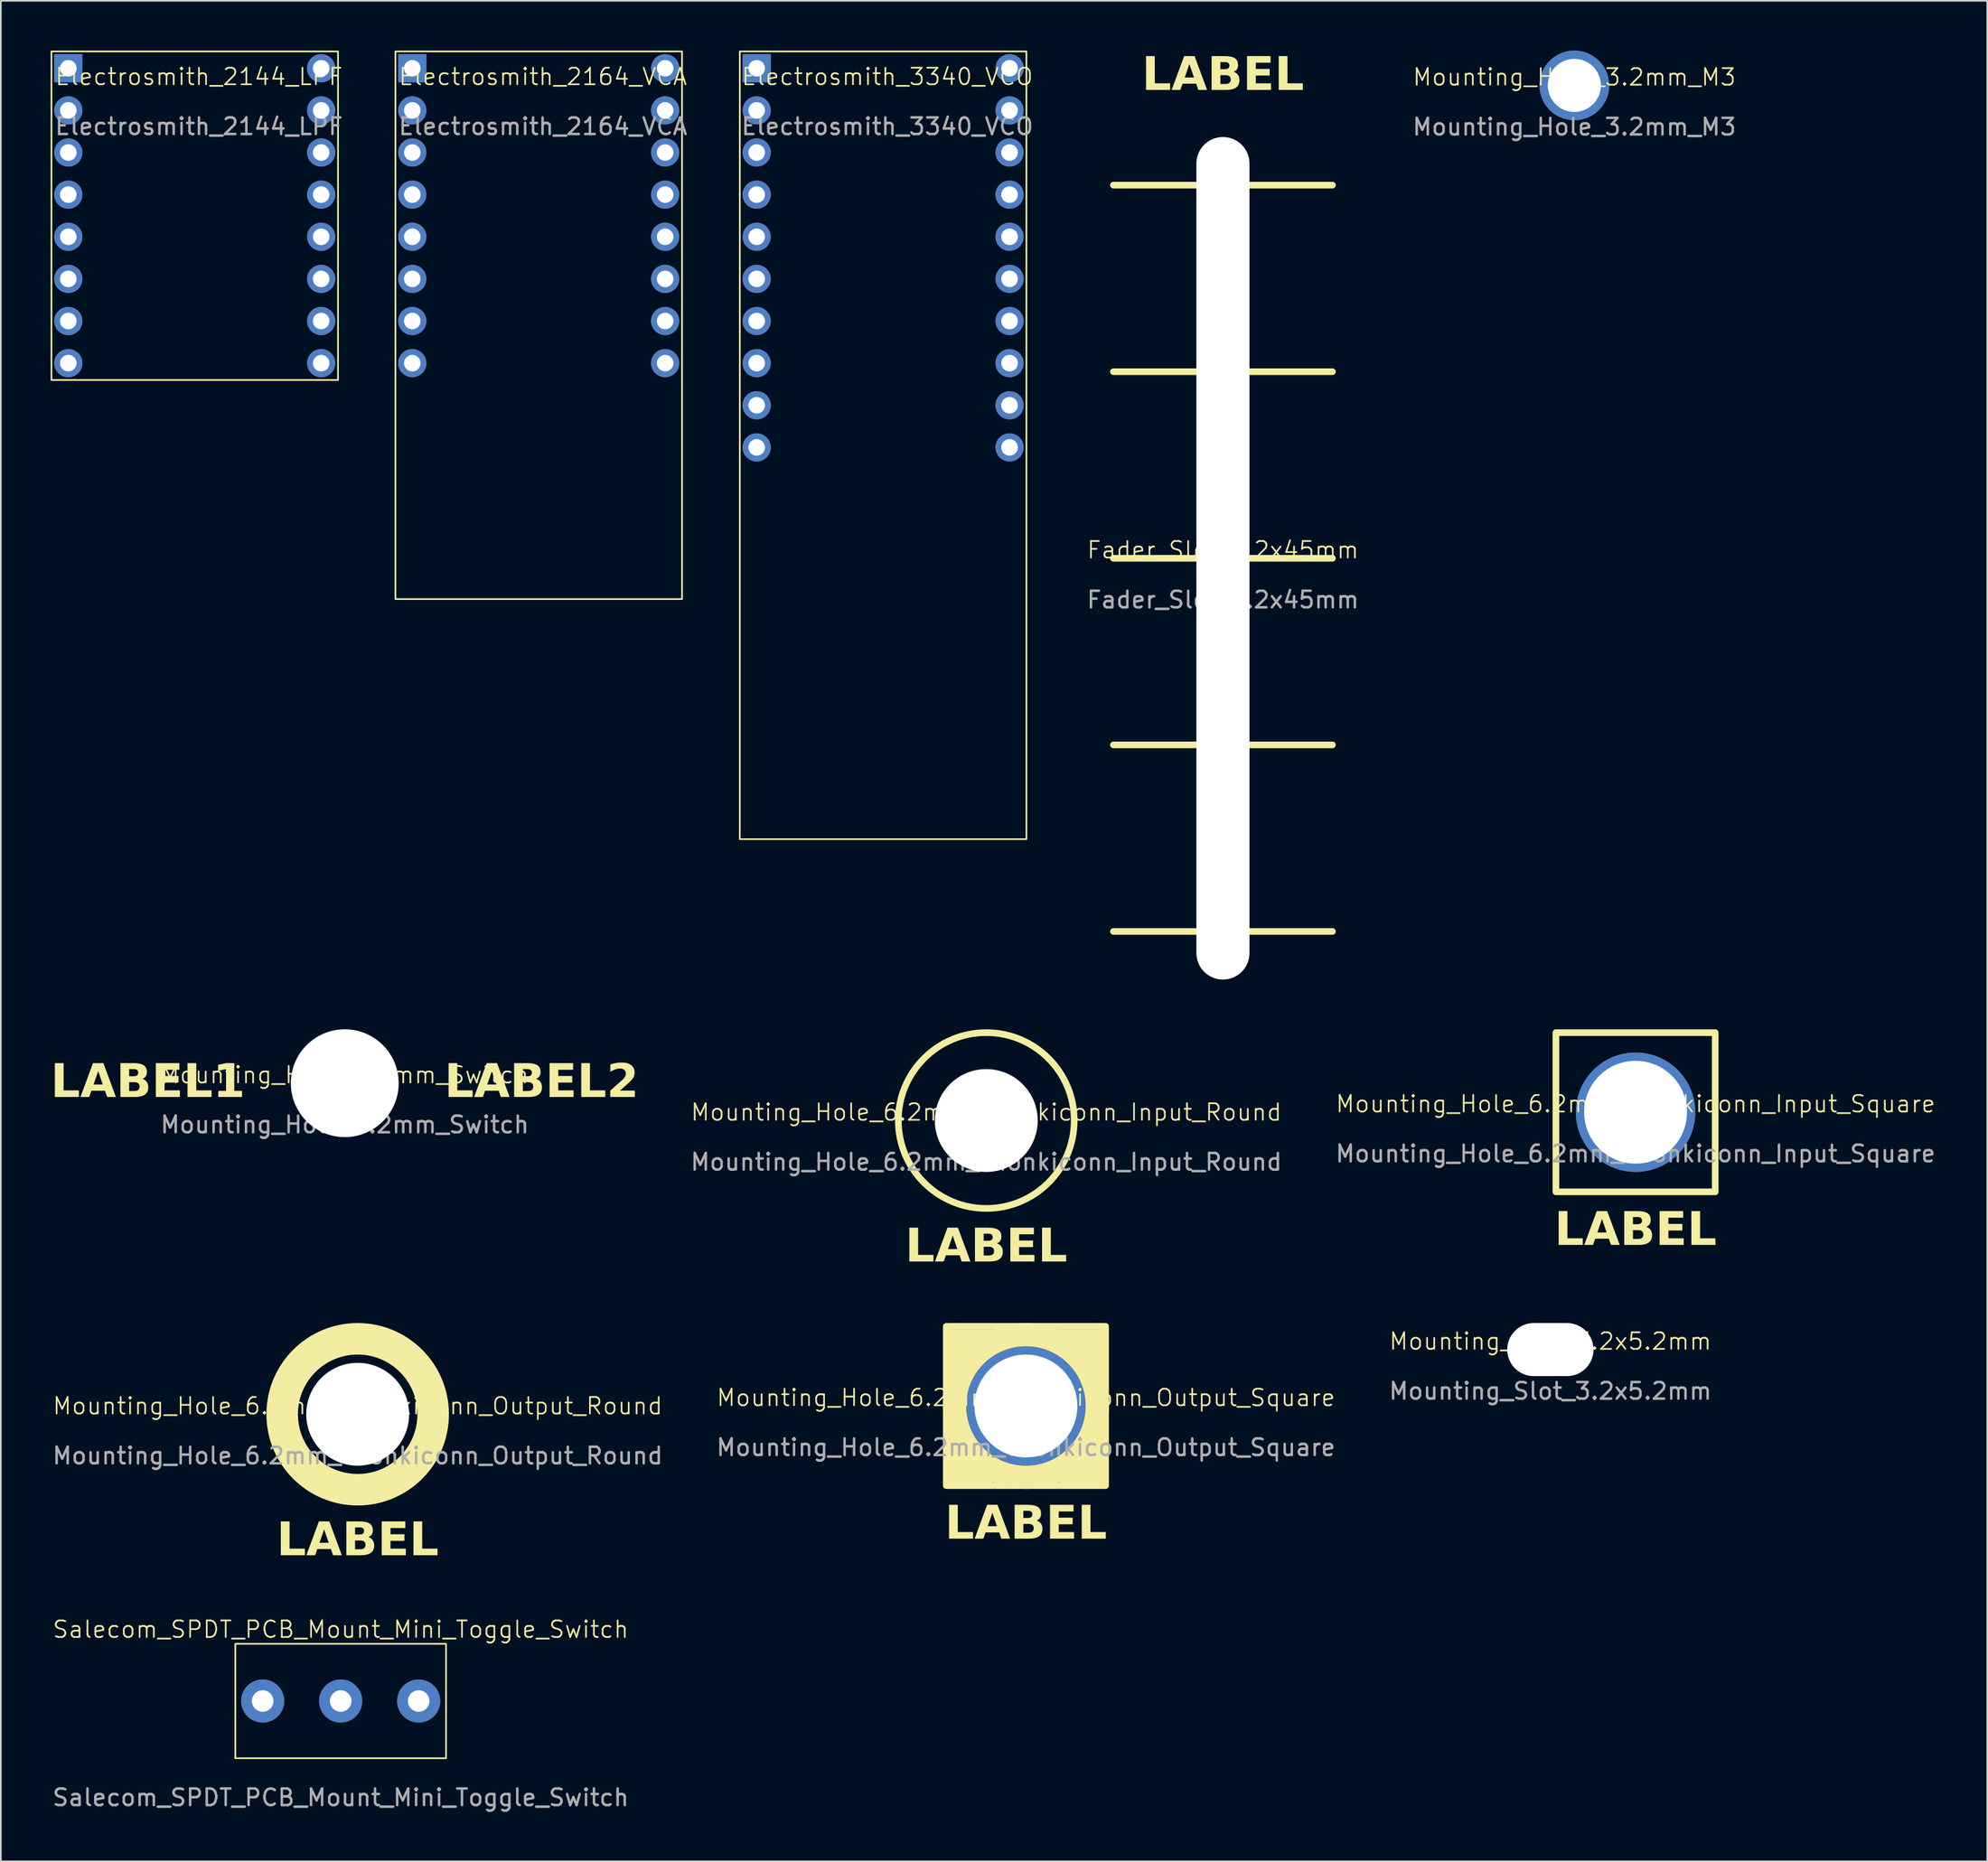
<source format=kicad_pcb>
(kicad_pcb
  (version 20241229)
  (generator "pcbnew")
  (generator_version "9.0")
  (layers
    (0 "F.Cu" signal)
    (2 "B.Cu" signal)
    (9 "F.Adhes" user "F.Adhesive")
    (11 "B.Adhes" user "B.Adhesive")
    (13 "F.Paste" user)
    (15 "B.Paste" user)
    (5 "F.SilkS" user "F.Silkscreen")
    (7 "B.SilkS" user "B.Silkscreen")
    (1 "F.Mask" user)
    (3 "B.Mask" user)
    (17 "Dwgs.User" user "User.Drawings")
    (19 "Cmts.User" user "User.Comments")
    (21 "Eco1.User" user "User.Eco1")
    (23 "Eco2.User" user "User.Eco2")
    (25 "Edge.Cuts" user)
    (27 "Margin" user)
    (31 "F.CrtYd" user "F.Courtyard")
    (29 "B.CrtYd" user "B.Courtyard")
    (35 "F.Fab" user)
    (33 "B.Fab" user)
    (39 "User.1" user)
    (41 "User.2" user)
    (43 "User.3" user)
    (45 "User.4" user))
  (footprint "Mounting_Slot_3.2x5.2mm"
    (layer "F.Cu")
    (at 90.387 78.323)
    (property "Reference" "Mounting_Slot_3.2x5.2mm" (at 0 -0.5 0) (unlocked yes) (layer "F.SilkS") (effects (font (size 1 1) (thickness 0.1))))
    (attr through_hole)
    (fp_text user "${REFERENCE}" (at 0 2.5 0) (unlocked yes) (layer "F.Fab") (effects (font (size 1 1) (thickness 0.15))))
    (pad "" np_thru_hole oval (at 0 0) (size 5.2 3.2) (drill oval 5.2 3.2) (layers "*.Cu" "*.Mask")))
  (footprint "Electrosmith_3340_VCO"
    (layer "F.Cu")
    (at 42.553 1.066)
    (property "Reference" "Electrosmith_3340_VCO" (at 7.874 0.508 0) (unlocked yes) (layer "F.SilkS") (effects (font (size 1 1) (thickness 0.1))))
    (attr through_hole)
    (fp_rect (start -1.016 -1.016) (end 16.256 46.482) (stroke (width 0.1) (type default)) (fill no) (layer "F.SilkS"))
    (fp_text user "${REFERENCE}" (at 7.874 3.508 0) (unlocked yes) (layer "F.Fab") (effects (font (size 1 1) (thickness 0.15))))
    (pad "1" thru_hole rect (at 0 0) (size 1.7 1.7) (drill 1) (layers "*.Cu" "*.Mask"))
    (pad "2" thru_hole circle (at 0 2.54) (size 1.7 1.7) (drill 1) (layers "*.Cu" "*.Mask"))
    (pad "3" thru_hole circle (at 0 5.08) (size 1.7 1.7) (drill 1) (layers "*.Cu" "*.Mask"))
    (pad "4" thru_hole circle (at 0 7.62) (size 1.7 1.7) (drill 1) (layers "*.Cu" "*.Mask"))
    (pad "5" thru_hole circle (at 0 10.16) (size 1.7 1.7) (drill 1) (layers "*.Cu" "*.Mask"))
    (pad "6" thru_hole circle (at 0 12.7) (size 1.7 1.7) (drill 1) (layers "*.Cu" "*.Mask"))
    (pad "7" thru_hole circle (at 0 15.24) (size 1.7 1.7) (drill 1) (layers "*.Cu" "*.Mask"))
    (pad "8" thru_hole circle (at 0 17.78) (size 1.7 1.7) (drill 1) (layers "*.Cu" "*.Mask"))
    (pad "9" thru_hole circle (at 0 20.32) (size 1.7 1.7) (drill 1) (layers "*.Cu" "*.Mask"))
    (pad "10" thru_hole circle (at 0 22.86) (size 1.7 1.7) (drill 1) (layers "*.Cu" "*.Mask"))
    (pad "11" thru_hole circle (at 15.24 22.86) (size 1.7 1.7) (drill 1) (layers "*.Cu" "*.Mask"))
    (pad "12" thru_hole circle (at 15.24 20.32) (size 1.7 1.7) (drill 1) (layers "*.Cu" "*.Mask"))
    (pad "13" thru_hole circle (at 15.24 17.78) (size 1.7 1.7) (drill 1) (layers "*.Cu" "*.Mask"))
    (pad "14" thru_hole circle (at 15.24 15.24) (size 1.7 1.7) (drill 1) (layers "*.Cu" "*.Mask"))
    (pad "15" thru_hole circle (at 15.24 12.7) (size 1.7 1.7) (drill 1) (layers "*.Cu" "*.Mask"))
    (pad "16" thru_hole circle (at 15.24 10.16) (size 1.7 1.7) (drill 1) (layers "*.Cu" "*.Mask"))
    (pad "17" thru_hole circle (at 15.24 7.62) (size 1.7 1.7) (drill 1) (layers "*.Cu" "*.Mask"))
    (pad "18" thru_hole circle (at 15.24 5.08) (size 1.7 1.7) (drill 1) (layers "*.Cu" "*.Mask"))
    (pad "19" thru_hole circle (at 15.24 2.54) (size 1.7 1.7) (drill 1) (layers "*.Cu" "*.Mask"))
    (pad "20" thru_hole circle (at 15.24 0) (size 1.7 1.7) (drill 1) (layers "*.Cu" "*.Mask")))
  (footprint "Electrosmith_2164_VCA"
    (layer "F.Cu")
    (at 21.798 1.066)
    (property "Reference" "Electrosmith_2164_VCA" (at 7.874 0.508 0) (unlocked yes) (layer "F.SilkS") (effects (font (size 1 1) (thickness 0.1))))
    (attr through_hole)
    (fp_rect (start -1.016 -1.016) (end 16.256 32.004) (stroke (width 0.1) (type default)) (fill no) (layer "F.SilkS"))
    (fp_text user "${REFERENCE}" (at 7.874 3.508 0) (unlocked yes) (layer "F.Fab") (effects (font (size 1 1) (thickness 0.15))))
    (pad "1" thru_hole rect (at 0 0) (size 1.7 1.7) (drill 1) (layers "*.Cu" "*.Mask"))
    (pad "2" thru_hole circle (at 0 2.54) (size 1.7 1.7) (drill 1) (layers "*.Cu" "*.Mask"))
    (pad "3" thru_hole circle (at 0 5.08) (size 1.7 1.7) (drill 1) (layers "*.Cu" "*.Mask"))
    (pad "4" thru_hole circle (at 0 7.62) (size 1.7 1.7) (drill 1) (layers "*.Cu" "*.Mask"))
    (pad "5" thru_hole circle (at 0 10.16) (size 1.7 1.7) (drill 1) (layers "*.Cu" "*.Mask"))
    (pad "6" thru_hole circle (at 0 12.7) (size 1.7 1.7) (drill 1) (layers "*.Cu" "*.Mask"))
    (pad "7" thru_hole circle (at 0 15.24) (size 1.7 1.7) (drill 1) (layers "*.Cu" "*.Mask"))
    (pad "8" thru_hole circle (at 0 17.78) (size 1.7 1.7) (drill 1) (layers "*.Cu" "*.Mask"))
    (pad "9" thru_hole circle (at 15.24 17.78) (size 1.7 1.7) (drill 1) (layers "*.Cu" "*.Mask"))
    (pad "10" thru_hole circle (at 15.24 15.24) (size 1.7 1.7) (drill 1) (layers "*.Cu" "*.Mask"))
    (pad "11" thru_hole circle (at 15.24 12.7) (size 1.7 1.7) (drill 1) (layers "*.Cu" "*.Mask"))
    (pad "12" thru_hole circle (at 15.24 10.16) (size 1.7 1.7) (drill 1) (layers "*.Cu" "*.Mask"))
    (pad "13" thru_hole circle (at 15.24 7.62) (size 1.7 1.7) (drill 1) (layers "*.Cu" "*.Mask"))
    (pad "14" thru_hole circle (at 15.24 5.08) (size 1.7 1.7) (drill 1) (layers "*.Cu" "*.Mask"))
    (pad "15" thru_hole circle (at 15.24 2.54) (size 1.7 1.7) (drill 1) (layers "*.Cu" "*.Mask"))
    (pad "16" thru_hole circle (at 15.24 0) (size 1.7 1.7) (drill 1) (layers "*.Cu" "*.Mask")))
  (footprint "Mounting_Hole_6.2mm_Switch"
    (layer "F.Cu")
    (at 17.728 62.262)
    (property "Reference" "Mounting_Hole_6.2mm_Switch" (at 0 -0.5 0) (unlocked yes) (layer "F.SilkS") (effects (font (size 1 1) (thickness 0.1))))
    (attr through_hole)
    (fp_text user "LABEL2" (at 6 0 0) (unlocked yes) (layer "F.SilkS") (effects (font (face "Satoshi Black") (size 2 2) (thickness 0.1)) (justify left)))
    (fp_text user "LABEL1" (at -6 0 0) (unlocked yes) (layer "F.SilkS") (effects (font (face "Satoshi Black") (size 2 2) (thickness 0.1)) (justify right)))
    (fp_text user "${REFERENCE}" (at 0 2.5 0) (unlocked yes) (layer "F.Fab") (effects (font (size 1 1) (thickness 0.15))))
    (pad "" np_thru_hole circle (at 0 0) (size 6.5 6.5) (drill 6.5) (layers "*.Cu" "*.Mask")))
  (footprint "Mounting_Hole_6.2mm_Thonkiconn_Output_Round"
    (layer "F.Cu")
    (at 18.506 82.223)
    (property "Reference" "Mounting_Hole_6.2mm_Thonkiconn_Output_Round" (at 0 -0.5 0) (unlocked yes) (layer "F.SilkS") (effects (font (size 1 1) (thickness 0.1))))
    (attr through_hole)
    (fp_circle (center 0 0) (end 4.55 0) (stroke (width 1.9) (type default)) (fill no) (layer "F.SilkS"))
    (fp_text user "LABEL" (at 0 6.5 0) (unlocked yes) (layer "F.SilkS") (effects (font (face "Satoshi Black") (size 2 2) (thickness 0.1)) (justify top)))
    (fp_text user "${REFERENCE}" (at 0 2.5 0) (unlocked yes) (layer "F.Fab") (effects (font (size 1 1) (thickness 0.15))))
    (pad "" np_thru_hole circle (at 0 0) (size 6.2 6.2) (drill 6.2) (layers "*.Cu" "*.Mask")))
  (footprint "Mounting_Hole_3.2mm_M3"
    (layer "F.Cu")
    (at 91.832 2.1)
    (property "Reference" "Mounting_Hole_3.2mm_M3" (at 0 -0.5 0) (unlocked yes) (layer "F.SilkS") (effects (font (size 1 1) (thickness 0.1))))
    (attr through_hole)
    (fp_text user "${REFERENCE}" (at 0 2.5 0) (unlocked yes) (layer "F.Fab") (effects (font (size 1 1) (thickness 0.15))))
    (pad "1" thru_hole circle (at 0 0) (size 4.2 4.2) (drill 3.2) (layers "*.Cu" "*.Mask")))
  (footprint "Fader_Slot_3.2x45mm"
    (layer "F.Cu")
    (at 70.653 30.612)
    (property "Reference" "Fader_Slot_3.2x45mm" (at 0 -0.5 0) (unlocked yes) (layer "F.SilkS") (effects (font (size 1 1) (thickness 0.1))))
    (attr through_hole)
    (fp_line (start -6.6 -22.5) (end -1.6 -22.5) (stroke (width 0.4) (type default)) (layer "F.SilkS"))
    (fp_line (start -6.6 -11.25) (end -1.6 -11.25) (stroke (width 0.4) (type default)) (layer "F.SilkS"))
    (fp_line (start -6.6 0) (end -1.6 0) (stroke (width 0.4) (type default)) (layer "F.SilkS"))
    (fp_line (start -6.6 11.25) (end -1.6 11.25) (stroke (width 0.4) (type default)) (layer "F.SilkS"))
    (fp_line (start -6.6 22.5) (end -1.6 22.5) (stroke (width 0.4) (type default)) (layer "F.SilkS"))
    (fp_line (start 1.6 -22.5) (end 6.6 -22.5) (stroke (width 0.4) (type default)) (layer "F.SilkS"))
    (fp_line (start 1.6 -11.25) (end 6.6 -11.25) (stroke (width 0.4) (type default)) (layer "F.SilkS"))
    (fp_line (start 1.6 0) (end 6.6 0) (stroke (width 0.4) (type default)) (layer "F.SilkS"))
    (fp_line (start 1.6 11.25) (end 6.6 11.25) (stroke (width 0.4) (type default)) (layer "F.SilkS"))
    (fp_line (start 1.6 22.5) (end 6.6 22.5) (stroke (width 0.4) (type default)) (layer "F.SilkS"))
    (fp_text user "LABEL" (at 0 -27.9 0) (unlocked yes) (layer "F.SilkS") (effects (font (face "Satoshi Black") (size 2 2) (thickness 0.1)) (justify bottom)))
    (fp_text user "${REFERENCE}" (at 0 2.5 0) (unlocked yes) (layer "F.Fab") (effects (font (size 1 1) (thickness 0.15))))
    (pad "" np_thru_hole oval (at 0 0) (size 3.2 50.8) (drill oval 3.2 50.8) (layers "*.Cu" "*.Mask")))
  (footprint "Mounting_Hole_6.2mm_Thonkiconn_Output_Square"
    (layer "F.Cu")
    (at 58.78 81.723)
    (property "Reference" "Mounting_Hole_6.2mm_Thonkiconn_Output_Square" (at 0 -0.5 0) (unlocked yes) (layer "F.SilkS") (effects (font (size 1 1) (thickness 0.1))))
    (attr through_hole)
    (fp_rect (start -4.8 -4.8) (end 4.8 4.8) (stroke (width 0.4) (type default)) (fill no) (layer "F.SilkS"))
    (fp_circle (center 0 0) (end 4.3 0) (stroke (width 1.4) (type default)) (fill no) (layer "F.SilkS"))
    (fp_poly (pts (xy -4.572 -4.572) (xy -2.032 -4.572) (xy -4.572 -2.032)) (stroke (width 0.1) (type solid)) (fill yes) (layer "F.SilkS"))
    (fp_poly (pts (xy -4.572 4.572) (xy -2.032 4.572) (xy -4.572 2.032)) (stroke (width 0.1) (type solid)) (fill yes) (layer "F.SilkS"))
    (fp_poly (pts (xy 1.524 -4.572) (xy 4.572 -1.778) (xy 4.572 -4.572)) (stroke (width 0.1) (type solid)) (fill yes) (layer "F.SilkS"))
    (fp_poly (pts (xy 4.572 2.032) (xy 4.572 4.572) (xy 2.032 4.572)) (stroke (width 0.1) (type solid)) (fill yes) (layer "F.SilkS"))
    (fp_text user "LABEL" (at 0 6 0) (unlocked yes) (layer "F.SilkS") (effects (font (face "Satoshi Black") (size 2 2) (thickness 0.1)) (justify top)))
    (fp_text user "${REFERENCE}" (at 0 2.5 0) (unlocked yes) (layer "F.Fab") (effects (font (size 1 1) (thickness 0.15))))
    (pad "1" thru_hole circle (at 0 0) (size 7.2 7.2) (drill 6.2) (layers "*.Cu" "*.Mask")))
  (footprint "Electrosmith_2144_LPF"
    (layer "F.Cu")
    (at 1.066 1.066)
    (property "Reference" "Electrosmith_2144_LPF" (at 7.874 0.508 0) (unlocked yes) (layer "F.SilkS") (effects (font (size 1 1) (thickness 0.1))))
    (attr through_hole)
    (fp_rect (start -1.016 -1.016) (end 16.256 18.796) (stroke (width 0.1) (type default)) (fill no) (layer "F.SilkS"))
    (fp_text user "${REFERENCE}" (at 7.874 3.508 0) (unlocked yes) (layer "F.Fab") (effects (font (size 1 1) (thickness 0.15))))
    (pad "1" thru_hole rect (at 0 0) (size 1.7 1.7) (drill 1) (layers "*.Cu" "*.Mask"))
    (pad "2" thru_hole circle (at 0 2.54) (size 1.7 1.7) (drill 1) (layers "*.Cu" "*.Mask"))
    (pad "3" thru_hole circle (at 0 5.08) (size 1.7 1.7) (drill 1) (layers "*.Cu" "*.Mask"))
    (pad "4" thru_hole circle (at 0 7.62) (size 1.7 1.7) (drill 1) (layers "*.Cu" "*.Mask"))
    (pad "5" thru_hole circle (at 0 10.16) (size 1.7 1.7) (drill 1) (layers "*.Cu" "*.Mask"))
    (pad "6" thru_hole circle (at 0 12.7) (size 1.7 1.7) (drill 1) (layers "*.Cu" "*.Mask"))
    (pad "7" thru_hole circle (at 0 15.24) (size 1.7 1.7) (drill 1) (layers "*.Cu" "*.Mask"))
    (pad "8" thru_hole circle (at 0 17.78) (size 1.7 1.7) (drill 1) (layers "*.Cu" "*.Mask"))
    (pad "9" thru_hole circle (at 15.24 17.78) (size 1.7 1.7) (drill 1) (layers "*.Cu" "*.Mask"))
    (pad "10" thru_hole circle (at 15.24 15.24) (size 1.7 1.7) (drill 1) (layers "*.Cu" "*.Mask"))
    (pad "11" thru_hole circle (at 15.24 12.7) (size 1.7 1.7) (drill 1) (layers "*.Cu" "*.Mask"))
    (pad "12" thru_hole circle (at 15.24 10.16) (size 1.7 1.7) (drill 1) (layers "*.Cu" "*.Mask"))
    (pad "13" thru_hole circle (at 15.24 7.62) (size 1.7 1.7) (drill 1) (layers "*.Cu" "*.Mask"))
    (pad "14" thru_hole circle (at 15.24 5.08) (size 1.7 1.7) (drill 1) (layers "*.Cu" "*.Mask"))
    (pad "15" thru_hole circle (at 15.24 2.54) (size 1.7 1.7) (drill 1) (layers "*.Cu" "*.Mask"))
    (pad "16" thru_hole circle (at 15.24 0) (size 1.7 1.7) (drill 1) (layers "*.Cu" "*.Mask")))
  (footprint "Mounting_Hole_6.2mm_Thonkiconn_Input_Round"
    (layer "F.Cu")
    (at 56.39 64.512)
    (property "Reference" "Mounting_Hole_6.2mm_Thonkiconn_Input_Round" (at 0 -0.5 0) (unlocked yes) (layer "F.SilkS") (effects (font (size 1 1) (thickness 0.1))))
    (attr through_hole)
    (fp_circle (center 0 0) (end 5.3 0) (stroke (width 0.4) (type default)) (fill no) (layer "F.SilkS"))
    (fp_text user "LABEL" (at 0 6.5 0) (unlocked yes) (layer "F.SilkS") (effects (font (face "Satoshi Black") (size 2 2) (thickness 0.1)) (justify top)))
    (fp_text user "${REFERENCE}" (at 0 2.5 0) (unlocked yes) (layer "F.Fab") (effects (font (size 1 1) (thickness 0.15))))
    (pad "" np_thru_hole circle (at 0 0) (size 6.2 6.2) (drill 6.2) (layers "*.Cu" "*.Mask")))
  (footprint "Salecom_SPDT_PCB_Mount_Mini_Toggle_Switch"
    (layer "F.Cu")
    (at 17.482 99.513)
    (property "Reference" "Salecom_SPDT_PCB_Mount_Mini_Toggle_Switch" (at 0 -4.318 0) (unlocked yes) (layer "F.SilkS") (effects (font (size 1 1) (thickness 0.1))))
    (attr through_hole)
    (fp_rect (start -6.35 -3.45) (end 6.35 3.45) (stroke (width 0.1) (type default)) (fill no) (layer "F.SilkS"))
    (fp_text user "${REFERENCE}" (at 0 5.818 0) (unlocked yes) (layer "F.Fab") (effects (font (size 1 1) (thickness 0.15))))
    (pad "1" thru_hole circle (at -4.7 0) (size 2.6 2.6) (drill 1.3) (layers "*.Cu" "*.Mask"))
    (pad "2" thru_hole circle (at 0 0) (size 2.6 2.6) (drill 1.3) (layers "*.Cu" "*.Mask"))
    (pad "3" thru_hole circle (at 4.7 0) (size 2.6 2.6) (drill 1.3) (layers "*.Cu" "*.Mask")))
  (footprint "Mounting_Hole_6.2mm_Thonkiconn_Input_Square"
    (layer "F.Cu")
    (at 95.521 64.012)
    (property "Reference" "Mounting_Hole_6.2mm_Thonkiconn_Input_Square" (at 0 -0.5 0) (unlocked yes) (layer "F.SilkS") (effects (font (size 1 1) (thickness 0.1))))
    (attr through_hole)
    (fp_rect (start -4.8 -4.8) (end 4.8 4.8) (stroke (width 0.4) (type default)) (fill no) (layer "F.SilkS"))
    (fp_text user "LABEL" (at 0 6 0) (unlocked yes) (layer "F.SilkS") (effects (font (face "Satoshi Black") (size 2 2) (thickness 0.1)) (justify top)))
    (fp_text user "${REFERENCE}" (at 0 2.5 0) (unlocked yes) (layer "F.Fab") (effects (font (size 1 1) (thickness 0.15))))
    (pad "1" thru_hole circle (at 0 0) (size 7.2 7.2) (drill 6.2) (layers "*.Cu" "*.Mask")))
  (gr_rect
    (start -3 -3)
    (end 116.717 109.18)
    (stroke (width 0.1) (type default))
    (fill no)
    (layer "Edge.Cuts")))
</source>
